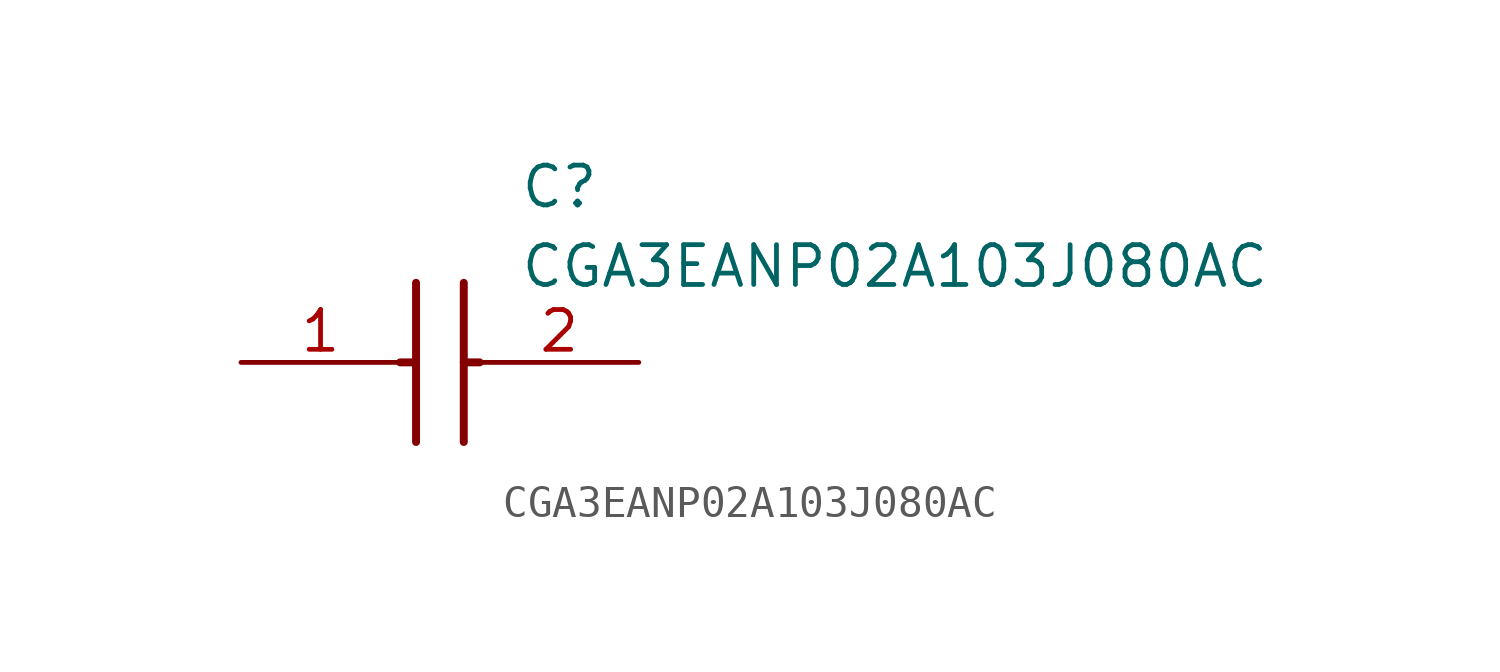
<source format=kicad_sym>
(kicad_symbol_lib
  (version 20211014)
  (generator SamacSys_ECAD_Model)
  (symbol "CGA3EANP02A103J080AC"
    (pin_names hide)
    (property "Reference" "C"
      (at 8.89 6.35 0)
      (effects (font (size 1.27 1.27)) (justify left top)))
    (property "Value" "CGA3EANP02A103J080AC"
      (at 8.89 3.81 0)
      (effects (font (size 1.27 1.27)) (justify left top)))
    (polyline
      (pts (xy 5.588 2.54) (xy 5.588 -2.54))
      (stroke (width 0.254) (type default))
      (fill (type none)))
    (polyline
      (pts (xy 7.112 2.54) (xy 7.112 -2.54))
      (stroke (width 0.254) (type default))
      (fill (type none)))
    (polyline
      (pts (xy 5.08 0) (xy 5.588 0))
      (stroke (width 0.254) (type default))
      (fill (type none)))
    (polyline
      (pts (xy 7.112 0) (xy 7.62 0))
      (stroke (width 0.254) (type default))
      (fill (type none)))
    (pin passive line
      (at 0 0 0)
      (length 5.08)
      (name "1" (effects (font (size 1.27 1.27))))
      (number "1" (effects (font (size 1.27 1.27)))))
    (pin passive line
      (at 12.7 0 180)
      (length 5.08)
      (name "2" (effects (font (size 1.27 1.27))))
      (number "2" (effects (font (size 1.27 1.27)))))))
</source>
